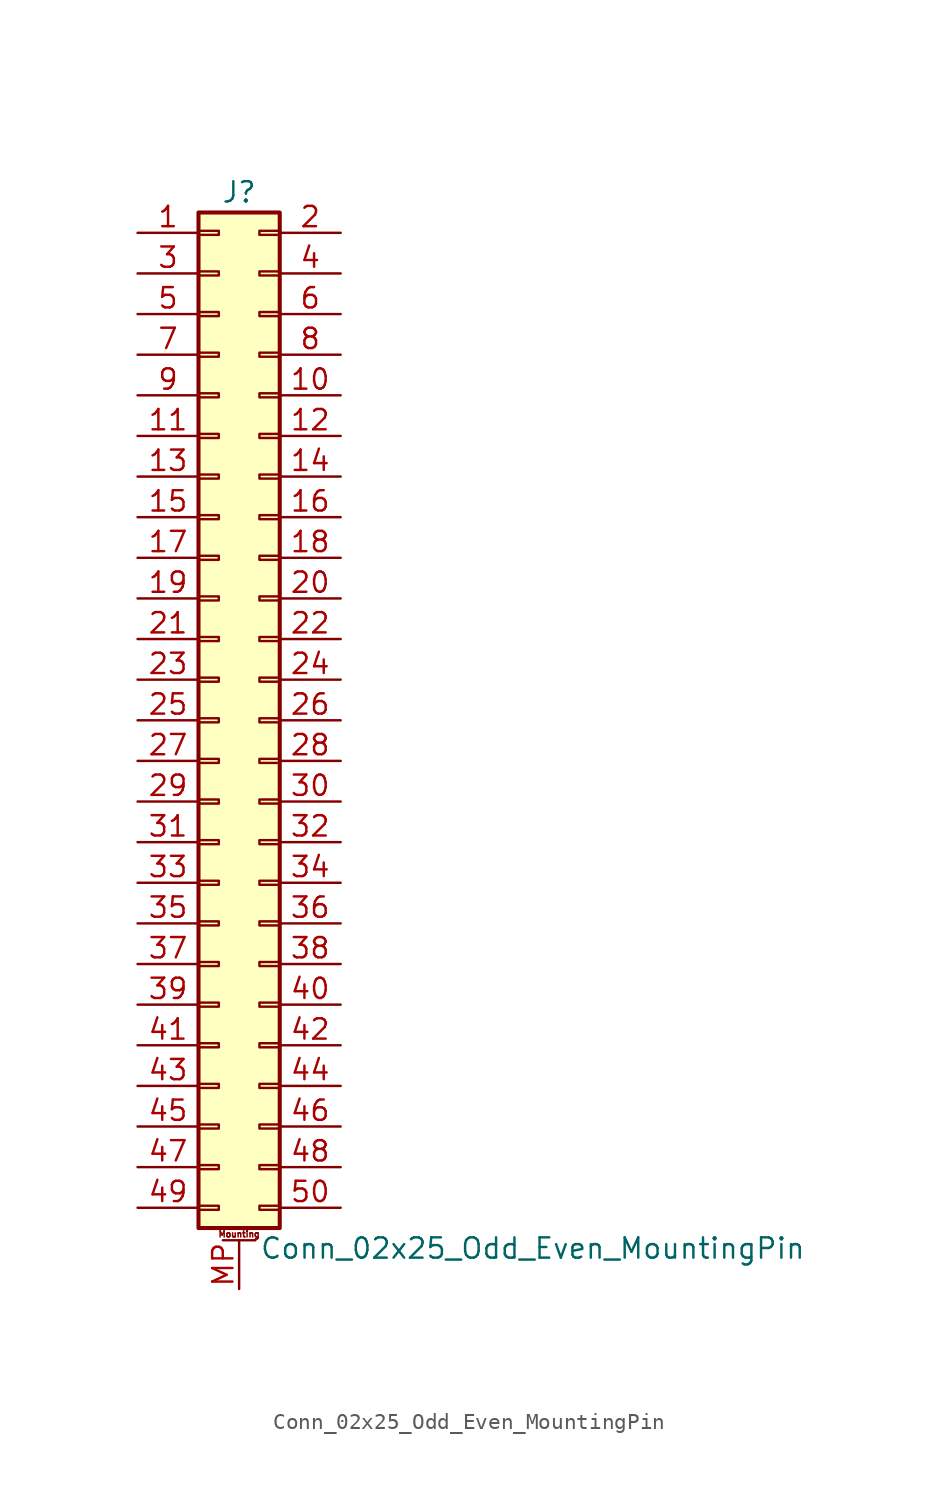
<source format=kicad_sym>
(kicad_symbol_lib
  (version 20220914)
  (generator kicad_symbol_editor)
  (symbol "Conn_02x25_Odd_Even_MountingPin"
    (pin_names
      (offset 1.016) hide)
    (property "Reference" "J"
      (at 1.27 33.02 0)
      (effects (font (size 1.27 1.27))))
    (property "Value" "Conn_02x25_Odd_Even_MountingPin"
      (at 2.54 -33.02 0)
      (effects (font (size 1.27 1.27)) (justify left)))
    (symbol "Conn_02x25_Odd_Even_MountingPin_1_1"
      (rectangle (start -1.27 -30.353) (end 0 -30.607) (stroke (width 0.152) (type default)) (fill (type none)))
      (rectangle (start -1.27 -27.813) (end 0 -28.067) (stroke (width 0.152) (type default)) (fill (type none)))
      (rectangle (start -1.27 -25.273) (end 0 -25.527) (stroke (width 0.152) (type default)) (fill (type none)))
      (rectangle (start -1.27 -22.733) (end 0 -22.987) (stroke (width 0.152) (type default)) (fill (type none)))
      (rectangle (start -1.27 -20.193) (end 0 -20.447) (stroke (width 0.152) (type default)) (fill (type none)))
      (rectangle (start -1.27 -17.653) (end 0 -17.907) (stroke (width 0.152) (type default)) (fill (type none)))
      (rectangle (start -1.27 -15.113) (end 0 -15.367) (stroke (width 0.152) (type default)) (fill (type none)))
      (rectangle (start -1.27 -12.573) (end 0 -12.827) (stroke (width 0.152) (type default)) (fill (type none)))
      (rectangle (start -1.27 -10.033) (end 0 -10.287) (stroke (width 0.152) (type default)) (fill (type none)))
      (rectangle (start -1.27 -7.493) (end 0 -7.747) (stroke (width 0.152) (type default)) (fill (type none)))
      (rectangle (start -1.27 -4.953) (end 0 -5.207) (stroke (width 0.152) (type default)) (fill (type none)))
      (rectangle (start -1.27 -2.413) (end 0 -2.667) (stroke (width 0.152) (type default)) (fill (type none)))
      (rectangle (start -1.27 0.127) (end 0 -0.127) (stroke (width 0.152) (type default)) (fill (type none)))
      (rectangle (start -1.27 2.667) (end 0 2.413) (stroke (width 0.152) (type default)) (fill (type none)))
      (rectangle (start -1.27 5.207) (end 0 4.953) (stroke (width 0.152) (type default)) (fill (type none)))
      (rectangle (start -1.27 7.747) (end 0 7.493) (stroke (width 0.152) (type default)) (fill (type none)))
      (rectangle (start -1.27 10.287) (end 0 10.033) (stroke (width 0.152) (type default)) (fill (type none)))
      (rectangle (start -1.27 12.827) (end 0 12.573) (stroke (width 0.152) (type default)) (fill (type none)))
      (rectangle (start -1.27 15.367) (end 0 15.113) (stroke (width 0.152) (type default)) (fill (type none)))
      (rectangle (start -1.27 17.907) (end 0 17.653) (stroke (width 0.152) (type default)) (fill (type none)))
      (rectangle (start -1.27 20.447) (end 0 20.193) (stroke (width 0.152) (type default)) (fill (type none)))
      (rectangle (start -1.27 22.987) (end 0 22.733) (stroke (width 0.152) (type default)) (fill (type none)))
      (rectangle (start -1.27 25.527) (end 0 25.273) (stroke (width 0.152) (type default)) (fill (type none)))
      (rectangle (start -1.27 28.067) (end 0 27.813) (stroke (width 0.152) (type default)) (fill (type none)))
      (rectangle (start -1.27 30.607) (end 0 30.353) (stroke (width 0.152) (type default)) (fill (type none)))
      (rectangle (start -1.27 31.75) (end 3.81 -31.75) (stroke (width 0.254) (type default)) (fill (type background)))
      (polyline (pts (xy 0.254 -32.512) (xy 2.286 -32.512)) (stroke (width 0.152) (type default)) (fill (type none)))
      (rectangle (start 3.81 -30.353) (end 2.54 -30.607) (stroke (width 0.152) (type default)) (fill (type none)))
      (rectangle (start 3.81 -27.813) (end 2.54 -28.067) (stroke (width 0.152) (type default)) (fill (type none)))
      (rectangle (start 3.81 -25.273) (end 2.54 -25.527) (stroke (width 0.152) (type default)) (fill (type none)))
      (rectangle (start 3.81 -22.733) (end 2.54 -22.987) (stroke (width 0.152) (type default)) (fill (type none)))
      (rectangle (start 3.81 -20.193) (end 2.54 -20.447) (stroke (width 0.152) (type default)) (fill (type none)))
      (rectangle (start 3.81 -17.653) (end 2.54 -17.907) (stroke (width 0.152) (type default)) (fill (type none)))
      (rectangle (start 3.81 -15.113) (end 2.54 -15.367) (stroke (width 0.152) (type default)) (fill (type none)))
      (rectangle (start 3.81 -12.573) (end 2.54 -12.827) (stroke (width 0.152) (type default)) (fill (type none)))
      (rectangle (start 3.81 -10.033) (end 2.54 -10.287) (stroke (width 0.152) (type default)) (fill (type none)))
      (rectangle (start 3.81 -7.493) (end 2.54 -7.747) (stroke (width 0.152) (type default)) (fill (type none)))
      (rectangle (start 3.81 -4.953) (end 2.54 -5.207) (stroke (width 0.152) (type default)) (fill (type none)))
      (rectangle (start 3.81 -2.413) (end 2.54 -2.667) (stroke (width 0.152) (type default)) (fill (type none)))
      (rectangle (start 3.81 0.127) (end 2.54 -0.127) (stroke (width 0.152) (type default)) (fill (type none)))
      (rectangle (start 3.81 2.667) (end 2.54 2.413) (stroke (width 0.152) (type default)) (fill (type none)))
      (rectangle (start 3.81 5.207) (end 2.54 4.953) (stroke (width 0.152) (type default)) (fill (type none)))
      (rectangle (start 3.81 7.747) (end 2.54 7.493) (stroke (width 0.152) (type default)) (fill (type none)))
      (rectangle (start 3.81 10.287) (end 2.54 10.033) (stroke (width 0.152) (type default)) (fill (type none)))
      (rectangle (start 3.81 12.827) (end 2.54 12.573) (stroke (width 0.152) (type default)) (fill (type none)))
      (rectangle (start 3.81 15.367) (end 2.54 15.113) (stroke (width 0.152) (type default)) (fill (type none)))
      (rectangle (start 3.81 17.907) (end 2.54 17.653) (stroke (width 0.152) (type default)) (fill (type none)))
      (rectangle (start 3.81 20.447) (end 2.54 20.193) (stroke (width 0.152) (type default)) (fill (type none)))
      (rectangle (start 3.81 22.987) (end 2.54 22.733) (stroke (width 0.152) (type default)) (fill (type none)))
      (rectangle (start 3.81 25.527) (end 2.54 25.273) (stroke (width 0.152) (type default)) (fill (type none)))
      (rectangle (start 3.81 28.067) (end 2.54 27.813) (stroke (width 0.152) (type default)) (fill (type none)))
      (rectangle (start 3.81 30.607) (end 2.54 30.353) (stroke (width 0.152) (type default)) (fill (type none)))
      (text "Mounting" (at 1.27 -32.131 0) (effects (font (size 0.381 0.381))))
      (pin passive line (at -5.08 30.48 0) (length 3.81) (name "Pin_1" (effects (font (size 1.27 1.27)))) (number "1" (effects (font (size 1.27 1.27)))))
      (pin passive line (at 7.62 20.32 180) (length 3.81) (name "Pin_10" (effects (font (size 1.27 1.27)))) (number "10" (effects (font (size 1.27 1.27)))))
      (pin passive line (at -5.08 17.78 0) (length 3.81) (name "Pin_11" (effects (font (size 1.27 1.27)))) (number "11" (effects (font (size 1.27 1.27)))))
      (pin passive line (at 7.62 17.78 180) (length 3.81) (name "Pin_12" (effects (font (size 1.27 1.27)))) (number "12" (effects (font (size 1.27 1.27)))))
      (pin passive line (at -5.08 15.24 0) (length 3.81) (name "Pin_13" (effects (font (size 1.27 1.27)))) (number "13" (effects (font (size 1.27 1.27)))))
      (pin passive line (at 7.62 15.24 180) (length 3.81) (name "Pin_14" (effects (font (size 1.27 1.27)))) (number "14" (effects (font (size 1.27 1.27)))))
      (pin passive line (at -5.08 12.7 0) (length 3.81) (name "Pin_15" (effects (font (size 1.27 1.27)))) (number "15" (effects (font (size 1.27 1.27)))))
      (pin passive line (at 7.62 12.7 180) (length 3.81) (name "Pin_16" (effects (font (size 1.27 1.27)))) (number "16" (effects (font (size 1.27 1.27)))))
      (pin passive line (at -5.08 10.16 0) (length 3.81) (name "Pin_17" (effects (font (size 1.27 1.27)))) (number "17" (effects (font (size 1.27 1.27)))))
      (pin passive line (at 7.62 10.16 180) (length 3.81) (name "Pin_18" (effects (font (size 1.27 1.27)))) (number "18" (effects (font (size 1.27 1.27)))))
      (pin passive line (at -5.08 7.62 0) (length 3.81) (name "Pin_19" (effects (font (size 1.27 1.27)))) (number "19" (effects (font (size 1.27 1.27)))))
      (pin passive line (at 7.62 30.48 180) (length 3.81) (name "Pin_2" (effects (font (size 1.27 1.27)))) (number "2" (effects (font (size 1.27 1.27)))))
      (pin passive line (at 7.62 7.62 180) (length 3.81) (name "Pin_20" (effects (font (size 1.27 1.27)))) (number "20" (effects (font (size 1.27 1.27)))))
      (pin passive line (at -5.08 5.08 0) (length 3.81) (name "Pin_21" (effects (font (size 1.27 1.27)))) (number "21" (effects (font (size 1.27 1.27)))))
      (pin passive line (at 7.62 5.08 180) (length 3.81) (name "Pin_22" (effects (font (size 1.27 1.27)))) (number "22" (effects (font (size 1.27 1.27)))))
      (pin passive line (at -5.08 2.54 0) (length 3.81) (name "Pin_23" (effects (font (size 1.27 1.27)))) (number "23" (effects (font (size 1.27 1.27)))))
      (pin passive line (at 7.62 2.54 180) (length 3.81) (name "Pin_24" (effects (font (size 1.27 1.27)))) (number "24" (effects (font (size 1.27 1.27)))))
      (pin passive line (at -5.08 0 0) (length 3.81) (name "Pin_25" (effects (font (size 1.27 1.27)))) (number "25" (effects (font (size 1.27 1.27)))))
      (pin passive line (at 7.62 0 180) (length 3.81) (name "Pin_26" (effects (font (size 1.27 1.27)))) (number "26" (effects (font (size 1.27 1.27)))))
      (pin passive line (at -5.08 -2.54 0) (length 3.81) (name "Pin_27" (effects (font (size 1.27 1.27)))) (number "27" (effects (font (size 1.27 1.27)))))
      (pin passive line (at 7.62 -2.54 180) (length 3.81) (name "Pin_28" (effects (font (size 1.27 1.27)))) (number "28" (effects (font (size 1.27 1.27)))))
      (pin passive line (at -5.08 -5.08 0) (length 3.81) (name "Pin_29" (effects (font (size 1.27 1.27)))) (number "29" (effects (font (size 1.27 1.27)))))
      (pin passive line (at -5.08 27.94 0) (length 3.81) (name "Pin_3" (effects (font (size 1.27 1.27)))) (number "3" (effects (font (size 1.27 1.27)))))
      (pin passive line (at 7.62 -5.08 180) (length 3.81) (name "Pin_30" (effects (font (size 1.27 1.27)))) (number "30" (effects (font (size 1.27 1.27)))))
      (pin passive line (at -5.08 -7.62 0) (length 3.81) (name "Pin_31" (effects (font (size 1.27 1.27)))) (number "31" (effects (font (size 1.27 1.27)))))
      (pin passive line (at 7.62 -7.62 180) (length 3.81) (name "Pin_32" (effects (font (size 1.27 1.27)))) (number "32" (effects (font (size 1.27 1.27)))))
      (pin passive line (at -5.08 -10.16 0) (length 3.81) (name "Pin_33" (effects (font (size 1.27 1.27)))) (number "33" (effects (font (size 1.27 1.27)))))
      (pin passive line (at 7.62 -10.16 180) (length 3.81) (name "Pin_34" (effects (font (size 1.27 1.27)))) (number "34" (effects (font (size 1.27 1.27)))))
      (pin passive line (at -5.08 -12.7 0) (length 3.81) (name "Pin_35" (effects (font (size 1.27 1.27)))) (number "35" (effects (font (size 1.27 1.27)))))
      (pin passive line (at 7.62 -12.7 180) (length 3.81) (name "Pin_36" (effects (font (size 1.27 1.27)))) (number "36" (effects (font (size 1.27 1.27)))))
      (pin passive line (at -5.08 -15.24 0) (length 3.81) (name "Pin_37" (effects (font (size 1.27 1.27)))) (number "37" (effects (font (size 1.27 1.27)))))
      (pin passive line (at 7.62 -15.24 180) (length 3.81) (name "Pin_38" (effects (font (size 1.27 1.27)))) (number "38" (effects (font (size 1.27 1.27)))))
      (pin passive line (at -5.08 -17.78 0) (length 3.81) (name "Pin_39" (effects (font (size 1.27 1.27)))) (number "39" (effects (font (size 1.27 1.27)))))
      (pin passive line (at 7.62 27.94 180) (length 3.81) (name "Pin_4" (effects (font (size 1.27 1.27)))) (number "4" (effects (font (size 1.27 1.27)))))
      (pin passive line (at 7.62 -17.78 180) (length 3.81) (name "Pin_40" (effects (font (size 1.27 1.27)))) (number "40" (effects (font (size 1.27 1.27)))))
      (pin passive line (at -5.08 -20.32 0) (length 3.81) (name "Pin_41" (effects (font (size 1.27 1.27)))) (number "41" (effects (font (size 1.27 1.27)))))
      (pin passive line (at 7.62 -20.32 180) (length 3.81) (name "Pin_42" (effects (font (size 1.27 1.27)))) (number "42" (effects (font (size 1.27 1.27)))))
      (pin passive line (at -5.08 -22.86 0) (length 3.81) (name "Pin_43" (effects (font (size 1.27 1.27)))) (number "43" (effects (font (size 1.27 1.27)))))
      (pin passive line (at 7.62 -22.86 180) (length 3.81) (name "Pin_44" (effects (font (size 1.27 1.27)))) (number "44" (effects (font (size 1.27 1.27)))))
      (pin passive line (at -5.08 -25.4 0) (length 3.81) (name "Pin_45" (effects (font (size 1.27 1.27)))) (number "45" (effects (font (size 1.27 1.27)))))
      (pin passive line (at 7.62 -25.4 180) (length 3.81) (name "Pin_46" (effects (font (size 1.27 1.27)))) (number "46" (effects (font (size 1.27 1.27)))))
      (pin passive line (at -5.08 -27.94 0) (length 3.81) (name "Pin_47" (effects (font (size 1.27 1.27)))) (number "47" (effects (font (size 1.27 1.27)))))
      (pin passive line (at 7.62 -27.94 180) (length 3.81) (name "Pin_48" (effects (font (size 1.27 1.27)))) (number "48" (effects (font (size 1.27 1.27)))))
      (pin passive line (at -5.08 -30.48 0) (length 3.81) (name "Pin_49" (effects (font (size 1.27 1.27)))) (number "49" (effects (font (size 1.27 1.27)))))
      (pin passive line (at -5.08 25.4 0) (length 3.81) (name "Pin_5" (effects (font (size 1.27 1.27)))) (number "5" (effects (font (size 1.27 1.27)))))
      (pin passive line (at 7.62 -30.48 180) (length 3.81) (name "Pin_50" (effects (font (size 1.27 1.27)))) (number "50" (effects (font (size 1.27 1.27)))))
      (pin passive line (at 7.62 25.4 180) (length 3.81) (name "Pin_6" (effects (font (size 1.27 1.27)))) (number "6" (effects (font (size 1.27 1.27)))))
      (pin passive line (at -5.08 22.86 0) (length 3.81) (name "Pin_7" (effects (font (size 1.27 1.27)))) (number "7" (effects (font (size 1.27 1.27)))))
      (pin passive line (at 7.62 22.86 180) (length 3.81) (name "Pin_8" (effects (font (size 1.27 1.27)))) (number "8" (effects (font (size 1.27 1.27)))))
      (pin passive line (at -5.08 20.32 0) (length 3.81) (name "Pin_9" (effects (font (size 1.27 1.27)))) (number "9" (effects (font (size 1.27 1.27)))))
      (pin passive line (at 1.27 -35.56 90) (length 3.048) (name "MountPin" (effects (font (size 1.27 1.27)))) (number "MP" (effects (font (size 1.27 1.27))))))))
</source>
